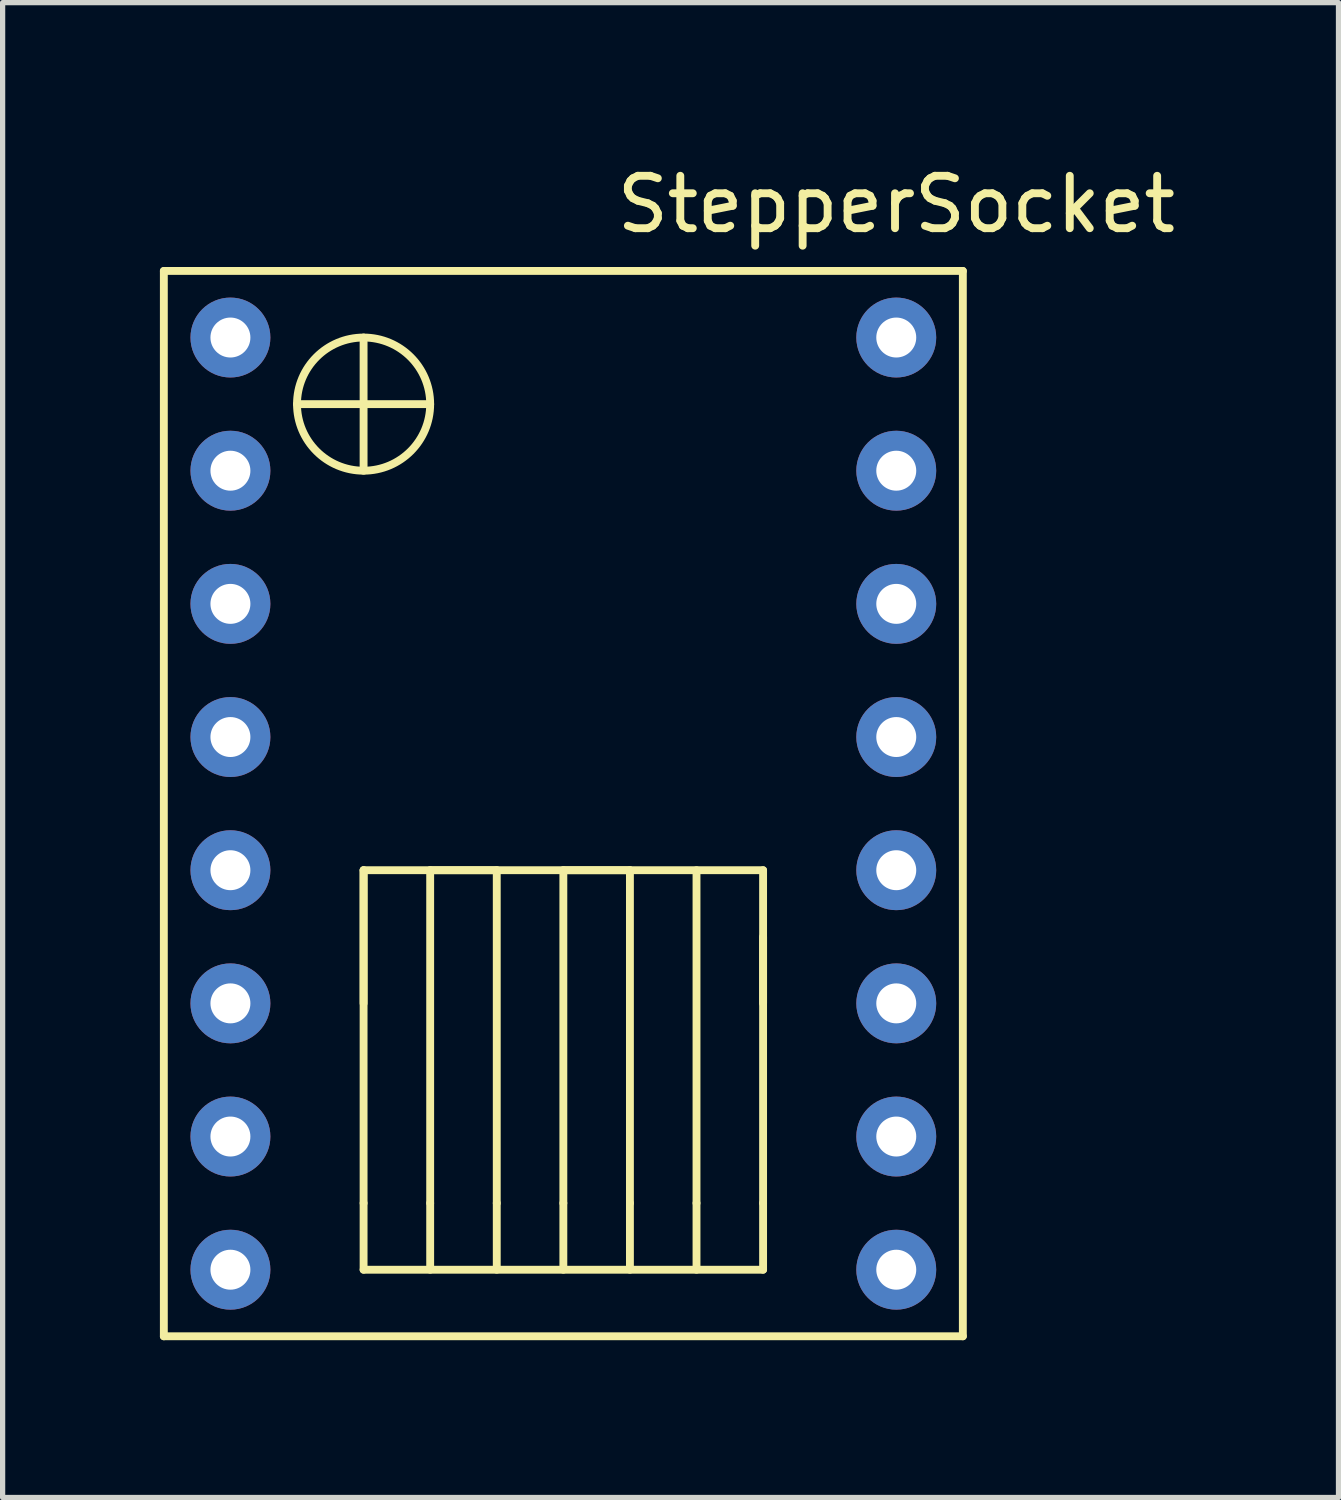
<source format=kicad_pcb>
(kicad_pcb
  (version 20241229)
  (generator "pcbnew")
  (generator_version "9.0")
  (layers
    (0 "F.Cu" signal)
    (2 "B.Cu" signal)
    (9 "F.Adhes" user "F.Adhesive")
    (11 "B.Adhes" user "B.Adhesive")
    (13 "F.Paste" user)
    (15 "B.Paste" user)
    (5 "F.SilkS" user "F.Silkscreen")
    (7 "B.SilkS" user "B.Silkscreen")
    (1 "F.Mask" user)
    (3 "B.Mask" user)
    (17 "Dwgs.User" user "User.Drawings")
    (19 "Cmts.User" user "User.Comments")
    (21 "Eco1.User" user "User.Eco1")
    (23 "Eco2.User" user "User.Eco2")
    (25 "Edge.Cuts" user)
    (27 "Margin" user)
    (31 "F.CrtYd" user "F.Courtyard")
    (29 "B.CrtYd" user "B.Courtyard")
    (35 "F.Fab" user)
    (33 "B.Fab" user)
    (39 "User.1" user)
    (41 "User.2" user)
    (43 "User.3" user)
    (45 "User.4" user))
  (footprint "StepperSocket"
    (layer "F.Cu")
    (at 1.345 3.388)
    (property "Reference" "StepperSocket" (at 12.7 -2.54 0) (layer "F.SilkS") (effects (font (size 1 1) (thickness 0.15))))
    (attr through_hole)
    (fp_line (start -1.27 -1.27) (end -1.27 19.05) (stroke (width 0.15) (type solid)) (layer "F.SilkS"))
    (fp_line (start -1.27 19.05) (end 13.97 19.05) (stroke (width 0.15) (type solid)) (layer "F.SilkS"))
    (fp_line (start 1.27 1.27) (end 3.81 1.27) (stroke (width 0.15) (type solid)) (layer "F.SilkS"))
    (fp_line (start 2.54 0) (end 2.54 2.54) (stroke (width 0.15) (type solid)) (layer "F.SilkS"))
    (fp_line (start 2.54 10.16) (end 2.54 12.7) (stroke (width 0.15) (type solid)) (layer "F.SilkS"))
    (fp_line (start 2.54 10.16) (end 2.54 16.51) (stroke (width 0.15) (type solid)) (layer "F.SilkS"))
    (fp_line (start 2.54 16.51) (end 2.54 17.78) (stroke (width 0.15) (type solid)) (layer "F.SilkS"))
    (fp_line (start 2.54 17.78) (end 10.16 17.78) (stroke (width 0.15) (type solid)) (layer "F.SilkS"))
    (fp_line (start 3.81 10.16) (end 5.08 10.16) (stroke (width 0.15) (type solid)) (layer "F.SilkS"))
    (fp_line (start 3.81 16.51) (end 3.81 10.16) (stroke (width 0.15) (type solid)) (layer "F.SilkS"))
    (fp_line (start 3.81 16.51) (end 3.81 17.78) (stroke (width 0.15) (type solid)) (layer "F.SilkS"))
    (fp_line (start 5.08 10.16) (end 5.08 16.51) (stroke (width 0.15) (type solid)) (layer "F.SilkS"))
    (fp_line (start 5.08 16.51) (end 5.08 17.78) (stroke (width 0.15) (type solid)) (layer "F.SilkS"))
    (fp_line (start 6.35 10.16) (end 7.62 10.16) (stroke (width 0.15) (type solid)) (layer "F.SilkS"))
    (fp_line (start 6.35 16.51) (end 6.35 10.16) (stroke (width 0.15) (type solid)) (layer "F.SilkS"))
    (fp_line (start 6.35 17.78) (end 6.35 16.51) (stroke (width 0.15) (type solid)) (layer "F.SilkS"))
    (fp_line (start 7.62 10.16) (end 7.62 16.51) (stroke (width 0.15) (type solid)) (layer "F.SilkS"))
    (fp_line (start 7.62 16.51) (end 7.62 17.78) (stroke (width 0.15) (type solid)) (layer "F.SilkS"))
    (fp_line (start 8.89 16.51) (end 8.89 10.16) (stroke (width 0.15) (type solid)) (layer "F.SilkS"))
    (fp_line (start 8.89 16.51) (end 8.89 17.78) (stroke (width 0.15) (type solid)) (layer "F.SilkS"))
    (fp_line (start 10.16 10.16) (end 2.54 10.16) (stroke (width 0.15) (type solid)) (layer "F.SilkS"))
    (fp_line (start 10.16 11.43) (end 10.16 12.7) (stroke (width 0.15) (type solid)) (layer "F.SilkS"))
    (fp_line (start 10.16 16.51) (end 10.16 10.16) (stroke (width 0.15) (type solid)) (layer "F.SilkS"))
    (fp_line (start 10.16 17.78) (end 10.16 16.51) (stroke (width 0.15) (type solid)) (layer "F.SilkS"))
    (fp_line (start 13.97 -1.27) (end -1.27 -1.27) (stroke (width 0.15) (type solid)) (layer "F.SilkS"))
    (fp_line (start 13.97 19.05) (end 13.97 -1.27) (stroke (width 0.15) (type solid)) (layer "F.SilkS"))
    (fp_circle (center 2.54 1.27) (end 3.81 1.27) (stroke (width 0.15) (type solid)) (fill no) (layer "F.SilkS"))
    (pad "1" thru_hole circle (at 0 0) (size 1.524 1.524) (drill 0.762) (layers "*.Cu" "*.Mask"))
    (pad "2" thru_hole circle (at 0 2.54) (size 1.524 1.524) (drill 0.762) (layers "*.Cu" "*.Mask"))
    (pad "3" thru_hole circle (at 0 5.08) (size 1.524 1.524) (drill 0.762) (layers "*.Cu" "*.Mask"))
    (pad "4" thru_hole circle (at 0 7.62) (size 1.524 1.524) (drill 0.762) (layers "*.Cu" "*.Mask"))
    (pad "5" thru_hole circle (at 0 10.16) (size 1.524 1.524) (drill 0.762) (layers "*.Cu" "*.Mask"))
    (pad "6" thru_hole circle (at 0 12.7) (size 1.524 1.524) (drill 0.762) (layers "*.Cu" "*.Mask"))
    (pad "7" thru_hole circle (at 0 15.24) (size 1.524 1.524) (drill 0.762) (layers "*.Cu" "*.Mask"))
    (pad "8" thru_hole circle (at 0 17.78) (size 1.524 1.524) (drill 0.762) (layers "*.Cu" "*.Mask"))
    (pad "9" thru_hole circle (at 12.7 0) (size 1.524 1.524) (drill 0.762) (layers "*.Cu" "*.Mask"))
    (pad "10" thru_hole circle (at 12.7 2.54) (size 1.524 1.524) (drill 0.762) (layers "*.Cu" "*.Mask"))
    (pad "11" thru_hole circle (at 12.7 5.08) (size 1.524 1.524) (drill 0.762) (layers "*.Cu" "*.Mask"))
    (pad "12" thru_hole circle (at 12.7 7.62) (size 1.524 1.524) (drill 0.762) (layers "*.Cu" "*.Mask"))
    (pad "13" thru_hole circle (at 12.7 10.16) (size 1.524 1.524) (drill 0.762) (layers "*.Cu" "*.Mask"))
    (pad "14" thru_hole circle (at 12.7 12.7) (size 1.524 1.524) (drill 0.762) (layers "*.Cu" "*.Mask"))
    (pad "15" thru_hole circle (at 12.7 15.24) (size 1.524 1.524) (drill 0.762) (layers "*.Cu" "*.Mask"))
    (pad "16" thru_hole circle (at 12.7 17.78) (size 1.524 1.524) (drill 0.762) (layers "*.Cu" "*.Mask")))
  (gr_rect
    (start -3 -3)
    (end 22.48 25.513)
    (stroke (width 0.1) (type default))
    (fill no)
    (layer "Edge.Cuts")))
</source>
